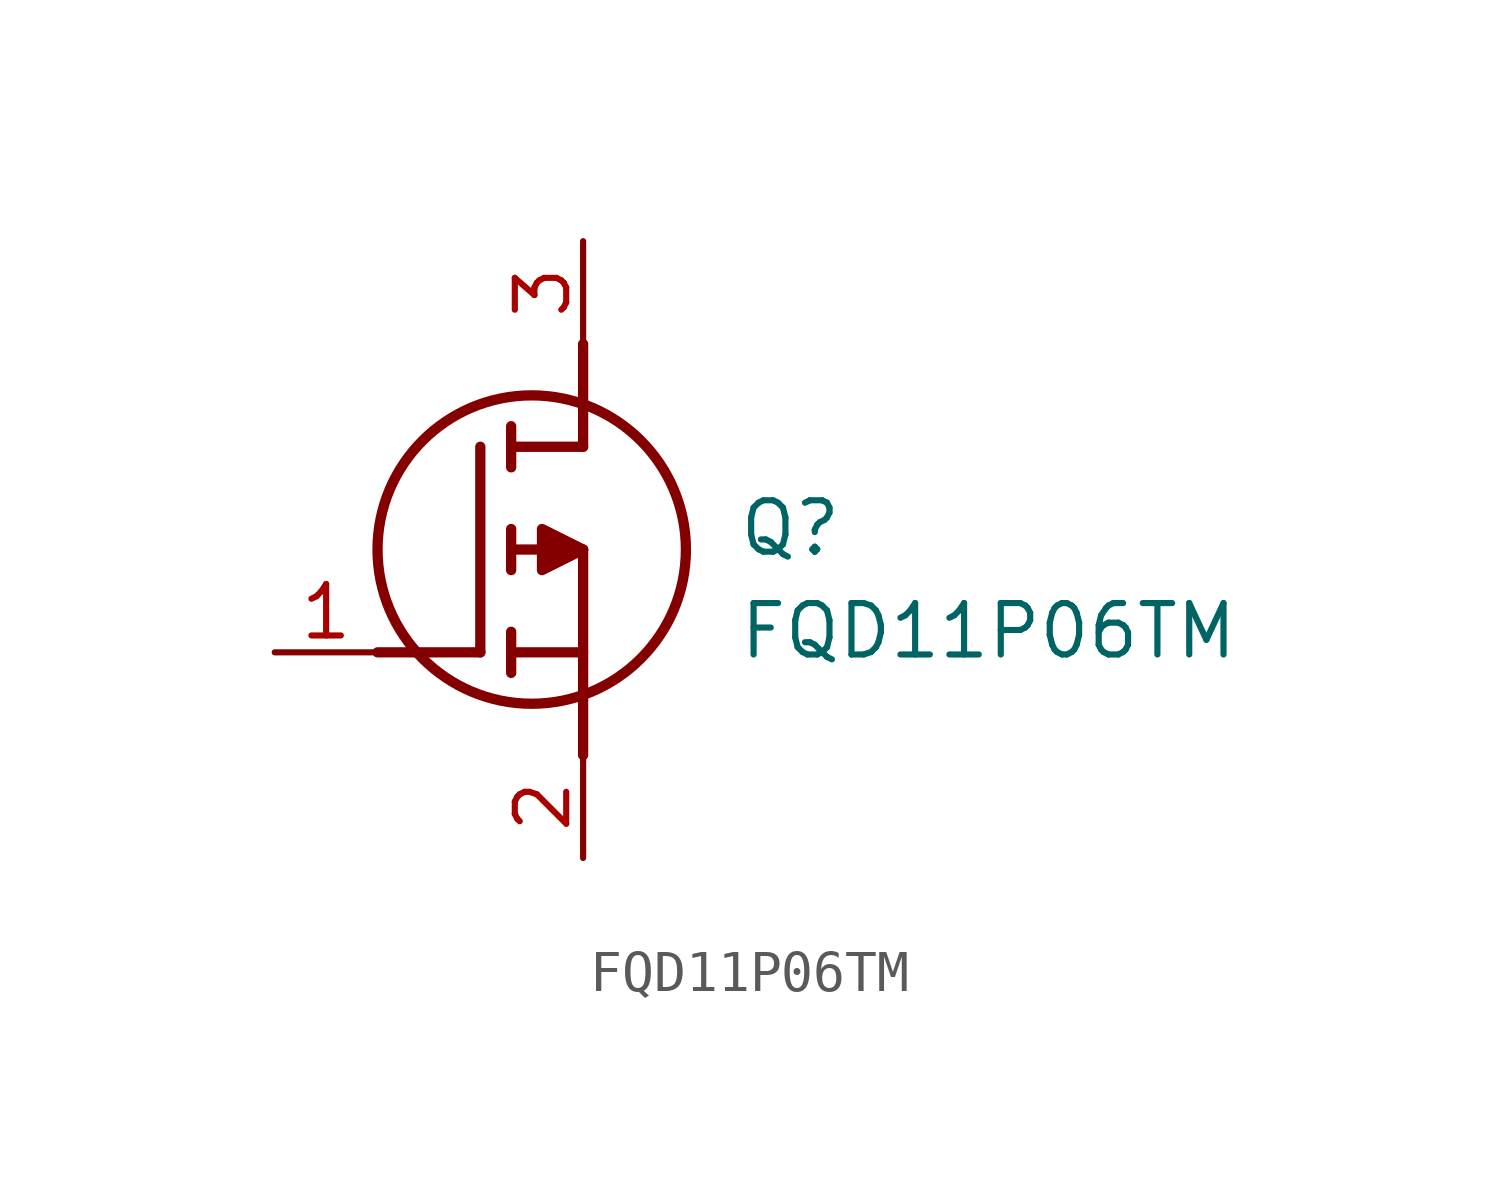
<source format=kicad_sym>
(kicad_symbol_lib
  (version 20211014)
  (generator SamacSys_ECAD_Model)
  (symbol "FQD11P06TM"
    (pin_names hide)
    (property "Reference" "Q"
      (at 11.43 3.81 0)
      (effects (font (size 1.27 1.27)) (justify left top)))
    (property "Value" "FQD11P06TM"
      (at 11.43 1.27 0)
      (effects (font (size 1.27 1.27)) (justify left top)))
    (polyline
      (pts (xy 7.62 2.54) (xy 7.62 -2.54))
      (stroke (width 0.254) (type default))
      (fill (type none)))
    (polyline
      (pts (xy 7.62 5.08) (xy 7.62 7.62))
      (stroke (width 0.254) (type default))
      (fill (type none)))
    (polyline
      (pts (xy 2.54 0) (xy 5.08 0))
      (stroke (width 0.254) (type default))
      (fill (type none)))
    (polyline
      (pts (xy 5.08 5.08) (xy 5.08 0))
      (stroke (width 0.254) (type default))
      (fill (type none)))
    (polyline
      (pts (xy 7.62 2.54) (xy 5.842 2.54))
      (stroke (width 0.254) (type default))
      (fill (type none)))
    (polyline
      (pts (xy 7.62 5.08) (xy 5.842 5.08))
      (stroke (width 0.254) (type default))
      (fill (type none)))
    (polyline
      (pts (xy 5.842 0) (xy 7.62 0))
      (stroke (width 0.254) (type default))
      (fill (type none)))
    (polyline
      (pts (xy 5.842 5.588) (xy 5.842 4.572))
      (stroke (width 0.254) (type default))
      (fill (type none)))
    (polyline
      (pts (xy 5.842 -0.508) (xy 5.842 0.508))
      (stroke (width 0.254) (type default))
      (fill (type none)))
    (polyline
      (pts (xy 5.842 2.032) (xy 5.842 3.048))
      (stroke (width 0.254) (type default))
      (fill (type none)))
    (circle
      (center 6.35 2.54)
      (radius 3.81)
      (stroke (width 0.254) (type default))
      (fill (type none)))
    (polyline
      (pts (xy 7.62 2.54) (xy 6.604 3.048) (xy 6.604 2.032) (xy 7.62 2.54))
      (stroke (width 0.254) (type default))
      (fill (type outline)))
    (pin passive line
      (at 0 0 0)
      (length 2.54)
      (name "G" (effects (font (size 1.27 1.27))))
      (number "1" (effects (font (size 1.27 1.27)))))
    (pin passive line
      (at 7.62 10.16 270)
      (length 2.54)
      (name "D" (effects (font (size 1.27 1.27))))
      (number "3" (effects (font (size 1.27 1.27)))))
    (pin passive line
      (at 7.62 -5.08 90)
      (length 2.54)
      (name "S" (effects (font (size 1.27 1.27))))
      (number "2" (effects (font (size 1.27 1.27)))))))
</source>
